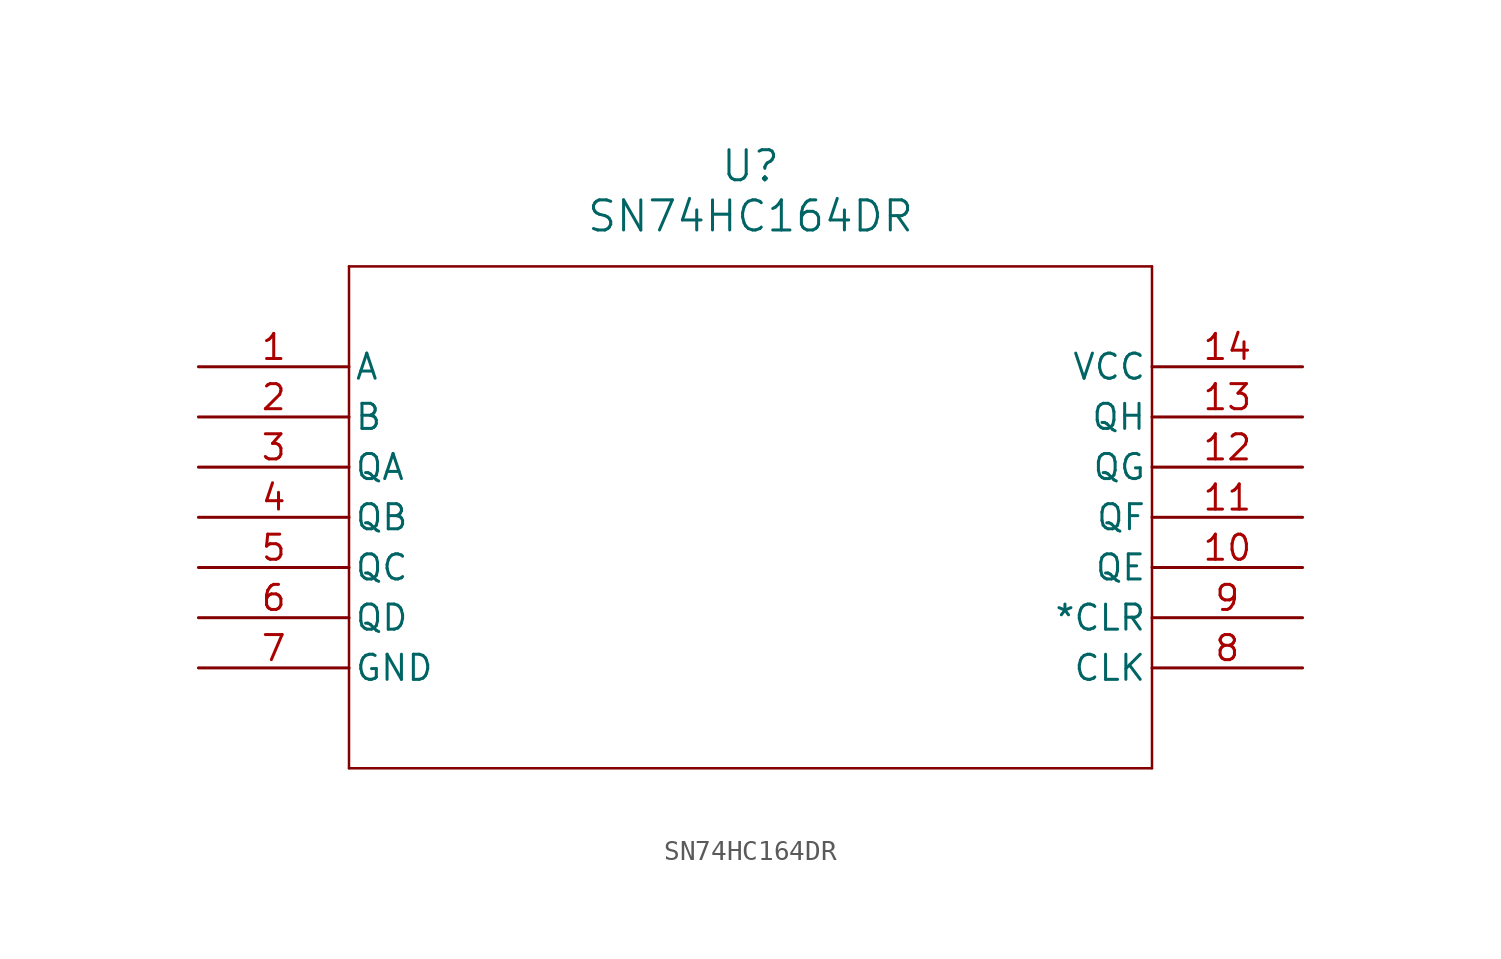
<source format=kicad_sym>
(kicad_symbol_lib
  (version 20211014)
  (generator kicad_symbol_editor)
  (symbol "SN74HC164DR"
    (pin_names
      (offset 0.254))
    (property "Reference" "U"
      (at 27.94 10.16 0)
      (effects (font (size 1.524 1.524))))
    (property "Value" "SN74HC164DR"
      (at 27.94 7.62 0)
      (effects (font (size 1.524 1.524))))
    (symbol "SN74HC164DR_0_1"
      (polyline (pts (xy 7.62 5.08) (xy 7.62 -20.32)) (stroke (width 0.127) (type default) (color 0 0 0 0)) (fill (type none)))
      (polyline (pts (xy 7.62 -20.32) (xy 48.26 -20.32)) (stroke (width 0.127) (type default) (color 0 0 0 0)) (fill (type none)))
      (polyline (pts (xy 48.26 -20.32) (xy 48.26 5.08)) (stroke (width 0.127) (type default) (color 0 0 0 0)) (fill (type none)))
      (polyline (pts (xy 48.26 5.08) (xy 7.62 5.08)) (stroke (width 0.127) (type default) (color 0 0 0 0)) (fill (type none)))
      (pin input line (at 0 0 0) (length 7.62) (name "A" (effects (font (size 1.27 1.27)))) (number "1" (effects (font (size 1.27 1.27)))))
      (pin input line (at 0 -2.54 0) (length 7.62) (name "B" (effects (font (size 1.27 1.27)))) (number "2" (effects (font (size 1.27 1.27)))))
      (pin output line (at 0 -5.08 0) (length 7.62) (name "QA" (effects (font (size 1.27 1.27)))) (number "3" (effects (font (size 1.27 1.27)))))
      (pin output line (at 0 -7.62 0) (length 7.62) (name "QB" (effects (font (size 1.27 1.27)))) (number "4" (effects (font (size 1.27 1.27)))))
      (pin output line (at 0 -10.16 0) (length 7.62) (name "QC" (effects (font (size 1.27 1.27)))) (number "5" (effects (font (size 1.27 1.27)))))
      (pin output line (at 0 -12.7 0) (length 7.62) (name "QD" (effects (font (size 1.27 1.27)))) (number "6" (effects (font (size 1.27 1.27)))))
      (pin power_in line (at 0 -15.24 0) (length 7.62) (name "GND" (effects (font (size 1.27 1.27)))) (number "7" (effects (font (size 1.27 1.27)))))
      (pin input line (at 55.88 -15.24 180) (length 7.62) (name "CLK" (effects (font (size 1.27 1.27)))) (number "8" (effects (font (size 1.27 1.27)))))
      (pin input line (at 55.88 -12.7 180) (length 7.62) (name "*CLR" (effects (font (size 1.27 1.27)))) (number "9" (effects (font (size 1.27 1.27)))))
      (pin output line (at 55.88 -10.16 180) (length 7.62) (name "QE" (effects (font (size 1.27 1.27)))) (number "10" (effects (font (size 1.27 1.27)))))
      (pin output line (at 55.88 -7.62 180) (length 7.62) (name "QF" (effects (font (size 1.27 1.27)))) (number "11" (effects (font (size 1.27 1.27)))))
      (pin output line (at 55.88 -5.08 180) (length 7.62) (name "QG" (effects (font (size 1.27 1.27)))) (number "12" (effects (font (size 1.27 1.27)))))
      (pin output line (at 55.88 -2.54 180) (length 7.62) (name "QH" (effects (font (size 1.27 1.27)))) (number "13" (effects (font (size 1.27 1.27)))))
      (pin power_in line (at 55.88 0 180) (length 7.62) (name "VCC" (effects (font (size 1.27 1.27)))) (number "14" (effects (font (size 1.27 1.27))))))))
</source>
